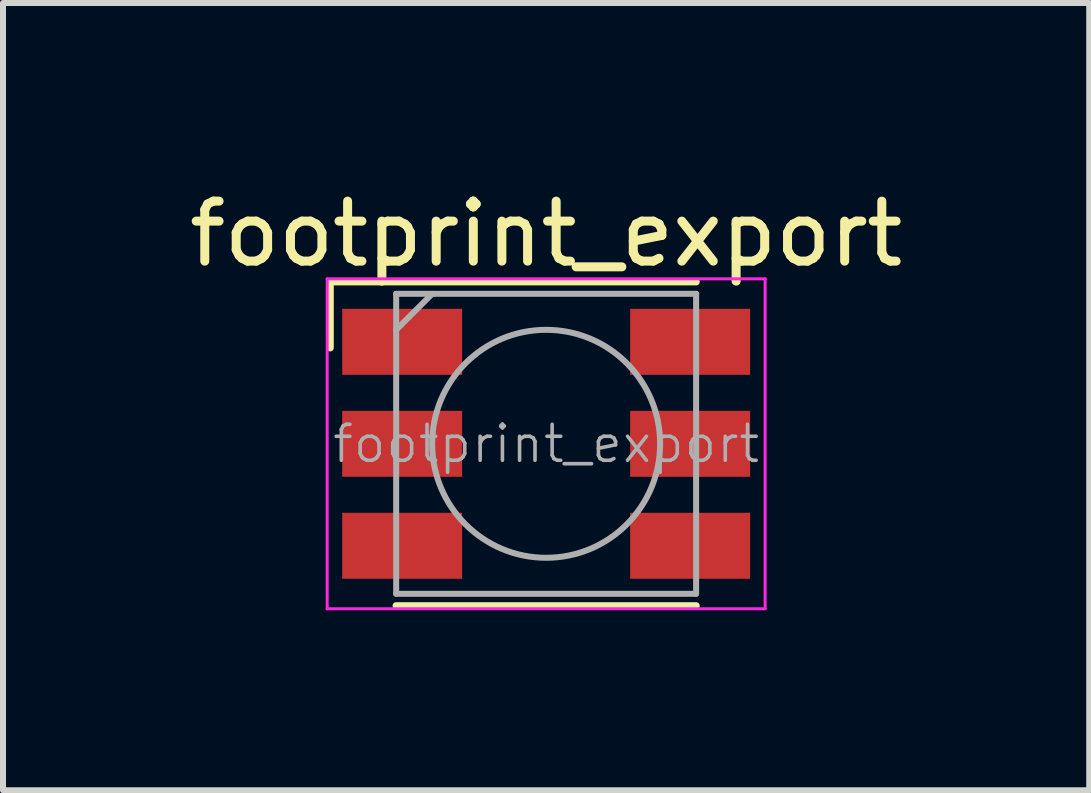
<source format=kicad_pcb>
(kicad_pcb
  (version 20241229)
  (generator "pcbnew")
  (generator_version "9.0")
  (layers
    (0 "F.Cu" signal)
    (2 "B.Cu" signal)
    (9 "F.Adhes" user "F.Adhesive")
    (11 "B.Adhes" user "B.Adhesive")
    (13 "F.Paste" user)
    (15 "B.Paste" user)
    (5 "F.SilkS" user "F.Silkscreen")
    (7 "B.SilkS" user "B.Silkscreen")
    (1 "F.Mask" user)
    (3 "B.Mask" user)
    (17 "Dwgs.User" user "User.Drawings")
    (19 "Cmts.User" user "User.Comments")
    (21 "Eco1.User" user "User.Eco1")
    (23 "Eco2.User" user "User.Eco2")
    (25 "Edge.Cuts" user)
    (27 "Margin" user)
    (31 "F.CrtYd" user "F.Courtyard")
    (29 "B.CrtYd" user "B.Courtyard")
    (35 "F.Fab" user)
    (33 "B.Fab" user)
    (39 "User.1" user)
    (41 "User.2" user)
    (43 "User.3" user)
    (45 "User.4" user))
  (footprint "footprint_export"
    (layer "F.Cu")
    (at 6.054 4.348)
    (property "Reference" "footprint_export" (at 0 -3.5 180) (layer "F.SilkS") (effects (font (size 1 1) (thickness 0.15))))
    (attr smd)
    (fp_line (start -3.6 -2.7) (end 2.5 -2.7) (stroke (width 0.12) (type solid)) (layer "F.SilkS"))
    (fp_line (start -3.6 -1.6) (end -3.6 -2.7) (stroke (width 0.12) (type solid)) (layer "F.SilkS"))
    (fp_line (start 2.5 2.7) (end -2.5 2.7) (stroke (width 0.12) (type solid)) (layer "F.SilkS"))
    (fp_line (start -3.65 -2.75) (end -3.65 2.75) (stroke (width 0.05) (type solid)) (layer "F.CrtYd"))
    (fp_line (start -3.65 2.75) (end 3.65 2.75) (stroke (width 0.05) (type solid)) (layer "F.CrtYd"))
    (fp_line (start 3.65 -2.75) (end -3.65 -2.75) (stroke (width 0.05) (type solid)) (layer "F.CrtYd"))
    (fp_line (start 3.65 2.75) (end 3.65 -2.75) (stroke (width 0.05) (type solid)) (layer "F.CrtYd"))
    (fp_line (start -2.5 -2.5) (end -2.5 2.5) (stroke (width 0.1) (type solid)) (layer "F.Fab"))
    (fp_line (start -2.5 -1.9) (end -1.9 -2.5) (stroke (width 0.1) (type solid)) (layer "F.Fab"))
    (fp_line (start -2.5 2.5) (end 2.5 2.5) (stroke (width 0.1) (type solid)) (layer "F.Fab"))
    (fp_line (start 2.5 -2.5) (end -2.5 -2.5) (stroke (width 0.1) (type solid)) (layer "F.Fab"))
    (fp_line (start 2.5 2.5) (end 2.5 -2.5) (stroke (width 0.1) (type solid)) (layer "F.Fab"))
    (fp_circle (center 0 0) (end 0 -1.9) (stroke (width 0.1) (type solid)) (fill no) (layer "F.Fab"))
    (fp_text user "${REFERENCE}" (at 0 0 0) (layer "F.Fab") (effects (font (size 0.6 0.6) (thickness 0.06))))
    (pad "1" smd rect (at -2.4 -1.7 90) (size 1.1 2) (layers "F.Cu" "F.Mask" "F.Paste"))
    (pad "2" smd rect (at -2.4 0 90) (size 1.1 2) (layers "F.Cu" "F.Mask" "F.Paste"))
    (pad "3" smd rect (at -2.4 1.7 90) (size 1.1 2) (layers "F.Cu" "F.Mask" "F.Paste"))
    (pad "4" smd rect (at 2.4 1.7 90) (size 1.1 2) (layers "F.Cu" "F.Mask" "F.Paste"))
    (pad "5" smd rect (at 2.4 0 90) (size 1.1 2) (layers "F.Cu" "F.Mask" "F.Paste"))
    (pad "6" smd rect (at 2.4 -1.7 90) (size 1.1 2) (layers "F.Cu" "F.Mask" "F.Paste")))
  (gr_rect
    (start -3 -3)
    (end 15.107 10.123)
    (stroke (width 0.1) (type default))
    (fill no)
    (layer "Edge.Cuts")))
</source>
